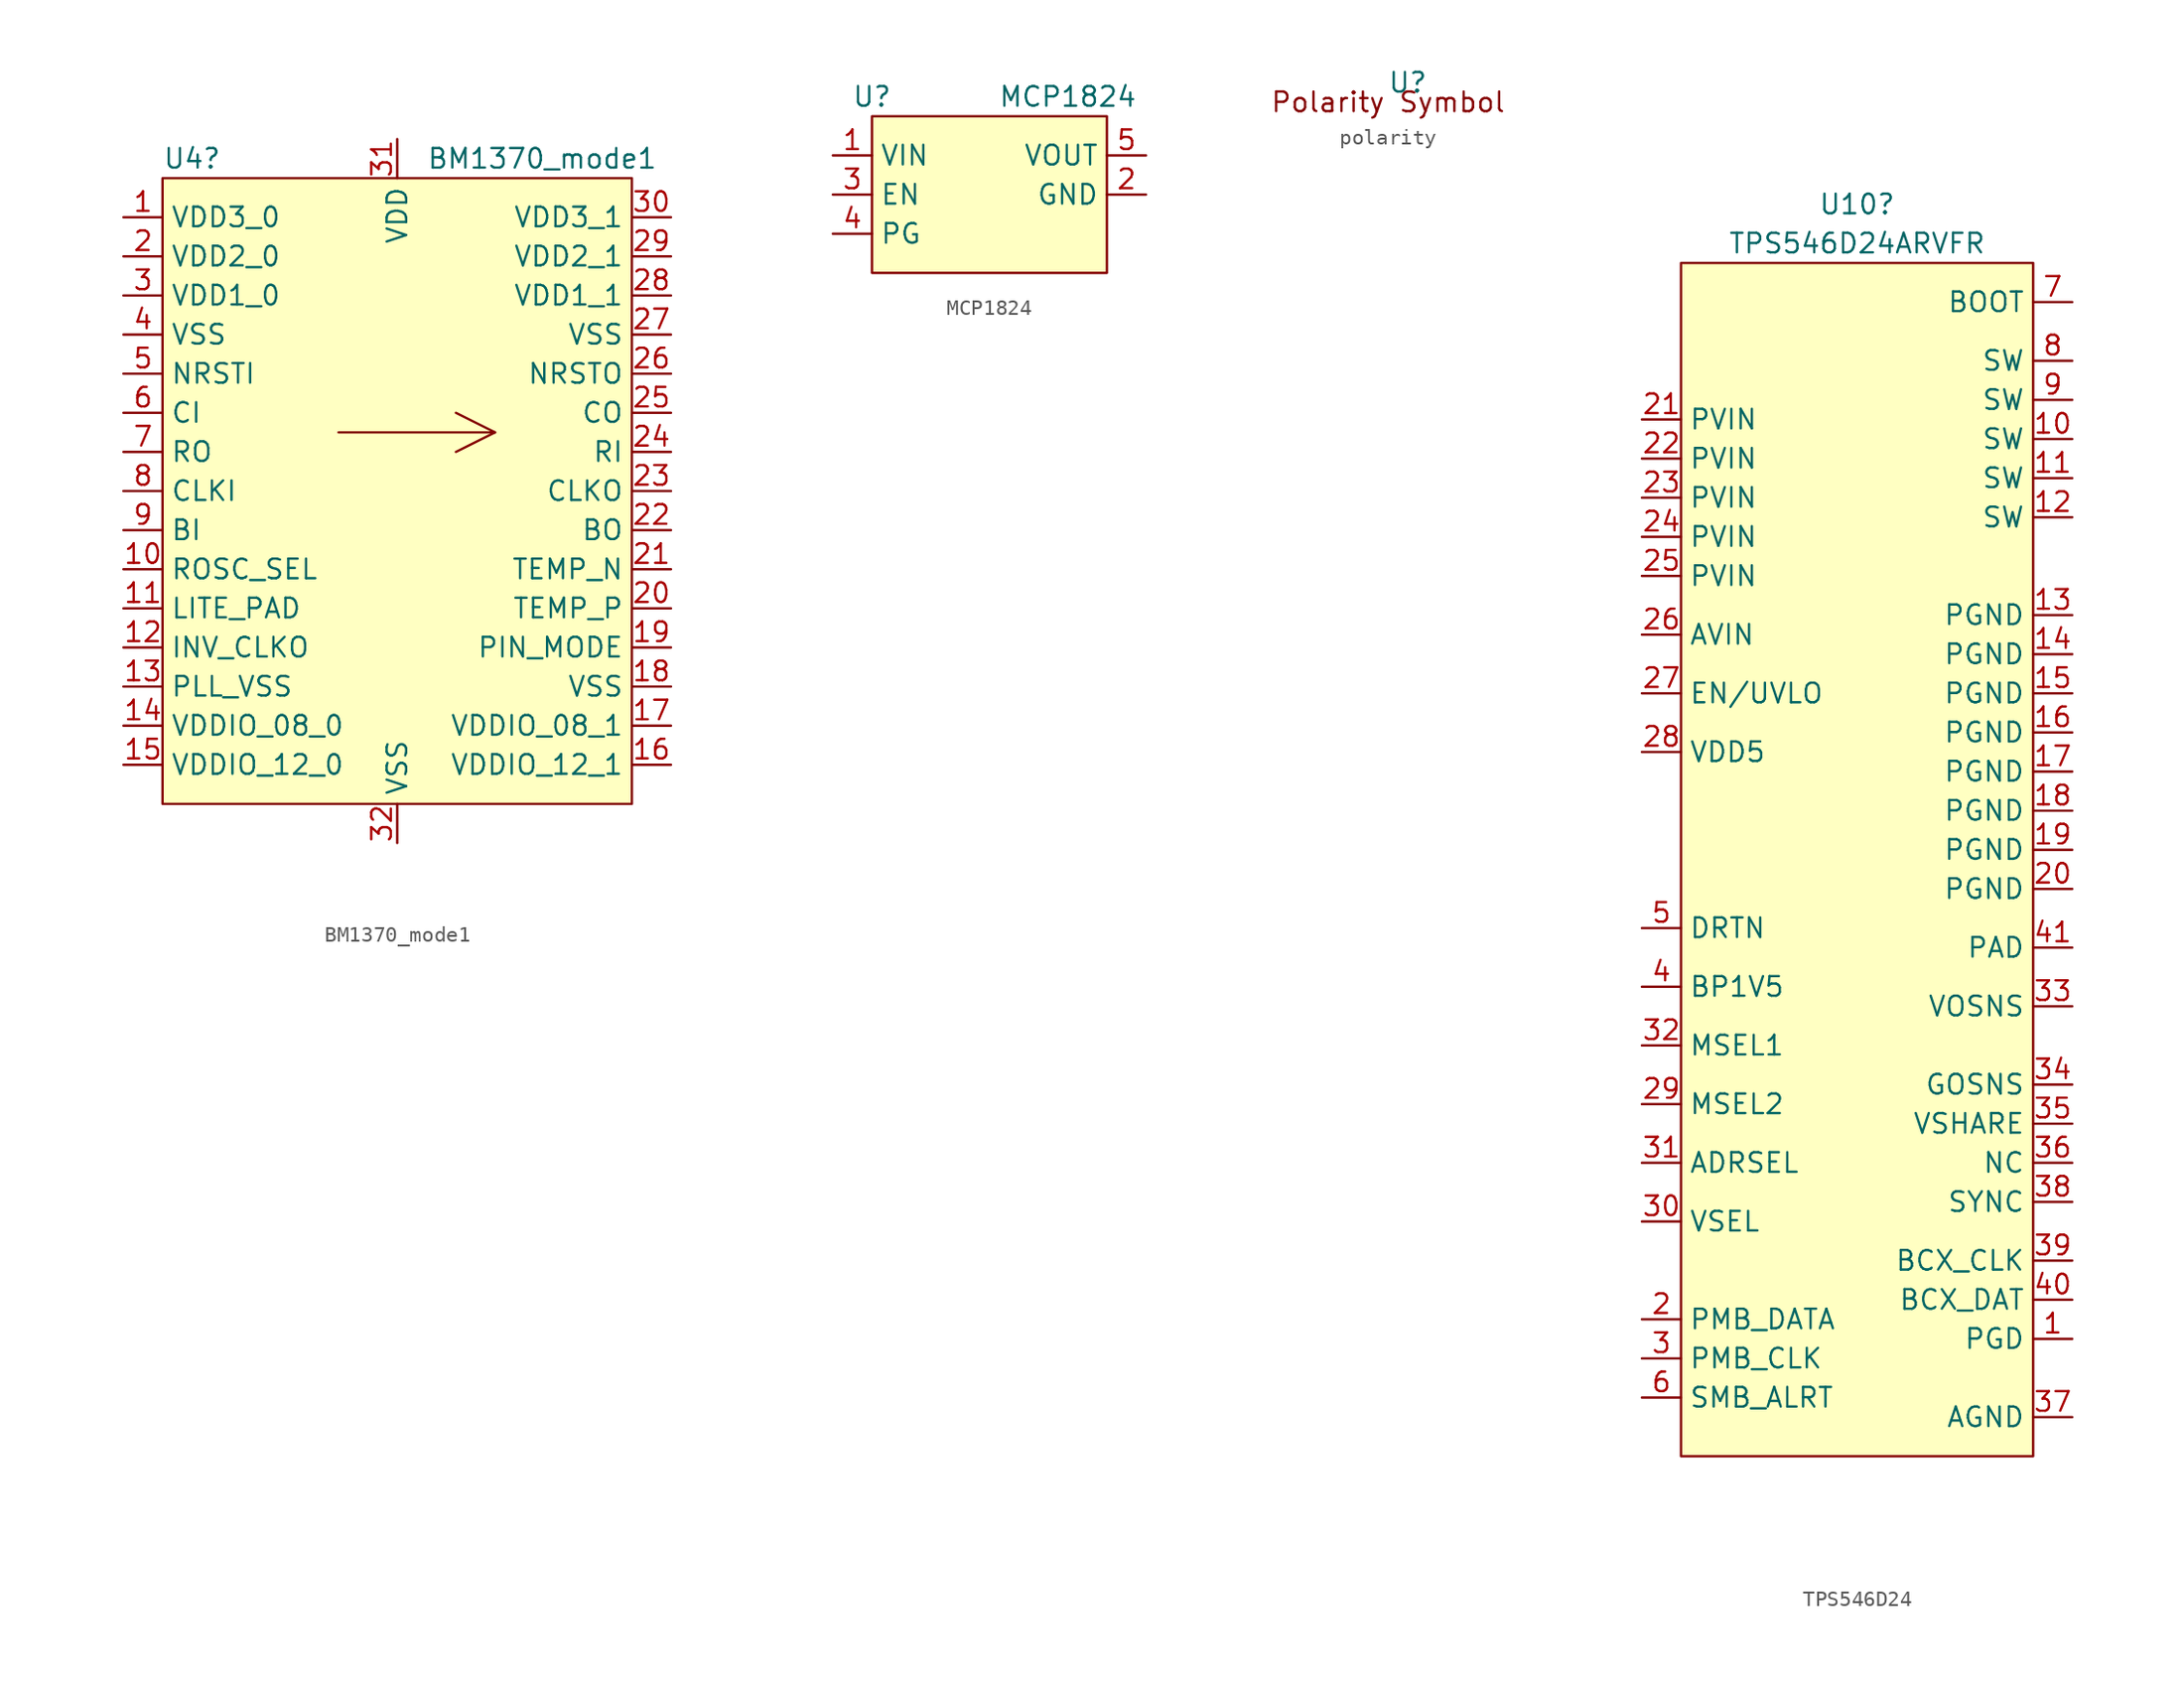
<source format=kicad_sym>
(kicad_symbol_lib
  (version 20231120)
  (generator "kicad_symbol_editor")
  (generator_version "8.0")
  (symbol "BM1370_mode1"
    (property "Reference" "U4"
      (at -15.24 21.59 0)
      (effects (font (size 1.27 1.27)) (justify left)))
    (property "Value" "BM1370_mode1"
      (at 1.905 21.59 0)
      (effects (font (size 1.27 1.27)) (justify left)))
    (symbol "BM1370_mode1_0_1"
      (rectangle (start -15.24 20.32) (end 15.24 -20.32) (stroke (width 0) (type default)) (fill (type background)))
      (polyline (pts (xy -3.81 3.81) (xy 6.35 3.81)) (stroke (width 0) (type default)) (fill (type none)))
      (polyline (pts (xy 3.81 2.54) (xy 6.35 3.81)) (stroke (width 0) (type default)) (fill (type none)))
      (polyline (pts (xy 3.81 5.08) (xy 6.35 3.81)) (stroke (width 0) (type default)) (fill (type none))))
    (symbol "BM1370_mode1_1_1"
      (pin power_in line (at -17.78 17.78 0) (length 2.54) (name "VDD3_0" (effects (font (size 1.27 1.27)))) (number "1" (effects (font (size 1.27 1.27)))))
      (pin unspecified line (at -17.78 -5.08 0) (length 2.54) (name "ROSC_SEL" (effects (font (size 1.27 1.27)))) (number "10" (effects (font (size 1.27 1.27)))))
      (pin unspecified line (at -17.78 -7.62 0) (length 2.54) (name "LITE_PAD" (effects (font (size 1.27 1.27)))) (number "11" (effects (font (size 1.27 1.27)))))
      (pin unspecified line (at -17.78 -10.16 0) (length 2.54) (name "INV_CLKO" (effects (font (size 1.27 1.27)))) (number "12" (effects (font (size 1.27 1.27)))))
      (pin power_in line (at -17.78 -12.7 0) (length 2.54) (name "PLL_VSS" (effects (font (size 1.27 1.27)))) (number "13" (effects (font (size 1.27 1.27)))))
      (pin power_in line (at -17.78 -15.24 0) (length 2.54) (name "VDDIO_08_0" (effects (font (size 1.27 1.27)))) (number "14" (effects (font (size 1.27 1.27)))))
      (pin power_in line (at -17.78 -17.78 0) (length 2.54) (name "VDDIO_12_0" (effects (font (size 1.27 1.27)))) (number "15" (effects (font (size 1.27 1.27)))))
      (pin power_in line (at 17.78 -17.78 180) (length 2.54) (name "VDDIO_12_1" (effects (font (size 1.27 1.27)))) (number "16" (effects (font (size 1.27 1.27)))))
      (pin power_in line (at 17.78 -15.24 180) (length 2.54) (name "VDDIO_08_1" (effects (font (size 1.27 1.27)))) (number "17" (effects (font (size 1.27 1.27)))))
      (pin power_in line (at 17.78 -12.7 180) (length 2.54) (name "VSS" (effects (font (size 1.27 1.27)))) (number "18" (effects (font (size 1.27 1.27)))))
      (pin input line (at 17.78 -10.16 180) (length 2.54) (name "PIN_MODE" (effects (font (size 1.27 1.27)))) (number "19" (effects (font (size 1.27 1.27)))))
      (pin power_in line (at -17.78 15.24 0) (length 2.54) (name "VDD2_0" (effects (font (size 1.27 1.27)))) (number "2" (effects (font (size 1.27 1.27)))))
      (pin unspecified line (at 17.78 -7.62 180) (length 2.54) (name "TEMP_P" (effects (font (size 1.27 1.27)))) (number "20" (effects (font (size 1.27 1.27)))))
      (pin unspecified line (at 17.78 -5.08 180) (length 2.54) (name "TEMP_N" (effects (font (size 1.27 1.27)))) (number "21" (effects (font (size 1.27 1.27)))))
      (pin output line (at 17.78 -2.54 180) (length 2.54) (name "BO" (effects (font (size 1.27 1.27)))) (number "22" (effects (font (size 1.27 1.27)))))
      (pin output line (at 17.78 0 180) (length 2.54) (name "CLKO" (effects (font (size 1.27 1.27)))) (number "23" (effects (font (size 1.27 1.27)))))
      (pin input line (at 17.78 2.54 180) (length 2.54) (name "RI" (effects (font (size 1.27 1.27)))) (number "24" (effects (font (size 1.27 1.27)))))
      (pin output line (at 17.78 5.08 180) (length 2.54) (name "CO" (effects (font (size 1.27 1.27)))) (number "25" (effects (font (size 1.27 1.27)))))
      (pin output line (at 17.78 7.62 180) (length 2.54) (name "NRSTO" (effects (font (size 1.27 1.27)))) (number "26" (effects (font (size 1.27 1.27)))))
      (pin power_in line (at 17.78 10.16 180) (length 2.54) (name "VSS" (effects (font (size 1.27 1.27)))) (number "27" (effects (font (size 1.27 1.27)))))
      (pin power_in line (at 17.78 12.7 180) (length 2.54) (name "VDD1_1" (effects (font (size 1.27 1.27)))) (number "28" (effects (font (size 1.27 1.27)))))
      (pin power_in line (at 17.78 15.24 180) (length 2.54) (name "VDD2_1" (effects (font (size 1.27 1.27)))) (number "29" (effects (font (size 1.27 1.27)))))
      (pin power_in line (at -17.78 12.7 0) (length 2.54) (name "VDD1_0" (effects (font (size 1.27 1.27)))) (number "3" (effects (font (size 1.27 1.27)))))
      (pin power_in line (at 17.78 17.78 180) (length 2.54) (name "VDD3_1" (effects (font (size 1.27 1.27)))) (number "30" (effects (font (size 1.27 1.27)))))
      (pin power_in line (at 0 22.86 270) (length 2.54) (name "VDD" (effects (font (size 1.27 1.27)))) (number "31" (effects (font (size 1.27 1.27)))))
      (pin power_in line (at 0 -22.86 90) (length 2.54) (name "VSS" (effects (font (size 1.27 1.27)))) (number "32" (effects (font (size 1.27 1.27)))))
      (pin power_in line (at -17.78 10.16 0) (length 2.54) (name "VSS" (effects (font (size 1.27 1.27)))) (number "4" (effects (font (size 1.27 1.27)))))
      (pin input line (at -17.78 7.62 0) (length 2.54) (name "NRSTI" (effects (font (size 1.27 1.27)))) (number "5" (effects (font (size 1.27 1.27)))))
      (pin input line (at -17.78 5.08 0) (length 2.54) (name "CI" (effects (font (size 1.27 1.27)))) (number "6" (effects (font (size 1.27 1.27)))))
      (pin output line (at -17.78 2.54 0) (length 2.54) (name "RO" (effects (font (size 1.27 1.27)))) (number "7" (effects (font (size 1.27 1.27)))))
      (pin input line (at -17.78 0 0) (length 2.54) (name "CLKI" (effects (font (size 1.27 1.27)))) (number "8" (effects (font (size 1.27 1.27)))))
      (pin input line (at -17.78 -2.54 0) (length 2.54) (name "BI" (effects (font (size 1.27 1.27)))) (number "9" (effects (font (size 1.27 1.27)))))))
  (symbol "MCP1824"
    (property "Reference" "U"
      (at -7.62 5.08 0)
      (effects (font (size 1.27 1.27))))
    (property "Value" "MCP1824"
      (at 5.08 5.08 0)
      (effects (font (size 1.27 1.27))))
    (symbol "MCP1824_0_1"
      (rectangle (start -7.62 3.81) (end 7.62 -6.35) (stroke (width 0.152) (type default)) (fill (type background))))
    (symbol "MCP1824_1_0"
      (pin bidirectional line (at -10.16 1.27 0) (length 2.54) (name "VIN" (effects (font (size 1.27 1.27)))) (number "1" (effects (font (size 1.27 1.27)))))
      (pin bidirectional line (at 10.16 -1.27 180) (length 2.54) (name "GND" (effects (font (size 1.27 1.27)))) (number "2" (effects (font (size 1.27 1.27)))))
      (pin bidirectional line (at -10.16 -1.27 0) (length 2.54) (name "EN" (effects (font (size 1.27 1.27)))) (number "3" (effects (font (size 1.27 1.27)))))
      (pin bidirectional line (at -10.16 -3.81 0) (length 2.54) (name "PG" (effects (font (size 1.27 1.27)))) (number "4" (effects (font (size 1.27 1.27)))))
      (pin bidirectional line (at 10.16 1.27 180) (length 2.54) (name "VOUT" (effects (font (size 1.27 1.27)))) (number "5" (effects (font (size 1.27 1.27)))))))
  (symbol "polarity"
    (property "Reference" "U"
      (at 0 0 0)
      (effects (font (size 1.27 1.27))))
    (property "Value" ""
      (at 0 0 0)
      (effects (font (size 1.27 1.27))))
    (symbol "polarity_1_1"
      (text "Polarity Symbol" (at -1.27 -1.27 0) (effects (font (size 1.27 1.27))))))
  (symbol "TPS546D24"
    (property "Reference" "U10"
      (at 0 45.72 0)
      (effects (font (size 1.27 1.27))))
    (property "Value" "TPS546D24ARVFR"
      (at 0 43.18 0)
      (effects (font (size 1.27 1.27))))
    (symbol "TPS546D24_0_1"
      (rectangle (start -11.43 41.91) (end 11.43 -35.56) (stroke (width 0.152) (type default)) (fill (type background))))
    (symbol "TPS546D24_1_1"
      (pin input line (at 13.97 -27.94 180) (length 2.54) (name "PGD" (effects (font (size 1.27 1.27)))) (number "1" (effects (font (size 1.27 1.27)))))
      (pin power_in line (at 13.97 30.48 180) (length 2.54) (name "SW" (effects (font (size 1.27 1.27)))) (number "10" (effects (font (size 1.27 1.27)))))
      (pin output line (at 13.97 27.94 180) (length 2.54) (name "SW" (effects (font (size 1.27 1.27)))) (number "11" (effects (font (size 1.27 1.27)))))
      (pin power_out line (at 13.97 25.4 180) (length 2.54) (name "SW" (effects (font (size 1.27 1.27)))) (number "12" (effects (font (size 1.27 1.27)))))
      (pin output line (at 13.97 19.05 180) (length 2.54) (name "PGND" (effects (font (size 1.27 1.27)))) (number "13" (effects (font (size 1.27 1.27)))))
      (pin output line (at 13.97 16.51 180) (length 2.54) (name "PGND" (effects (font (size 1.27 1.27)))) (number "14" (effects (font (size 1.27 1.27)))))
      (pin input line (at 13.97 13.97 180) (length 2.54) (name "PGND" (effects (font (size 1.27 1.27)))) (number "15" (effects (font (size 1.27 1.27)))))
      (pin input line (at 13.97 11.43 180) (length 2.54) (name "PGND" (effects (font (size 1.27 1.27)))) (number "16" (effects (font (size 1.27 1.27)))))
      (pin power_in line (at 13.97 8.89 180) (length 2.54) (name "PGND" (effects (font (size 1.27 1.27)))) (number "17" (effects (font (size 1.27 1.27)))))
      (pin input line (at 13.97 6.35 180) (length 2.54) (name "PGND" (effects (font (size 1.27 1.27)))) (number "18" (effects (font (size 1.27 1.27)))))
      (pin input line (at 13.97 3.81 180) (length 2.54) (name "PGND" (effects (font (size 1.27 1.27)))) (number "19" (effects (font (size 1.27 1.27)))))
      (pin input line (at -13.97 -26.67 0) (length 2.54) (name "PMB_DATA" (effects (font (size 1.27 1.27)))) (number "2" (effects (font (size 1.27 1.27)))))
      (pin power_in line (at 13.97 1.27 180) (length 2.54) (name "PGND" (effects (font (size 1.27 1.27)))) (number "20" (effects (font (size 1.27 1.27)))))
      (pin input line (at -13.97 31.75 0) (length 2.54) (name "PVIN" (effects (font (size 1.27 1.27)))) (number "21" (effects (font (size 1.27 1.27)))))
      (pin input line (at -13.97 29.21 0) (length 2.54) (name "PVIN" (effects (font (size 1.27 1.27)))) (number "22" (effects (font (size 1.27 1.27)))))
      (pin input line (at -13.97 26.67 0) (length 2.54) (name "PVIN" (effects (font (size 1.27 1.27)))) (number "23" (effects (font (size 1.27 1.27)))))
      (pin input line (at -13.97 24.13 0) (length 2.54) (name "PVIN" (effects (font (size 1.27 1.27)))) (number "24" (effects (font (size 1.27 1.27)))))
      (pin input line (at -13.97 21.59 0) (length 2.54) (name "PVIN" (effects (font (size 1.27 1.27)))) (number "25" (effects (font (size 1.27 1.27)))))
      (pin input line (at -13.97 17.78 0) (length 2.54) (name "AVIN" (effects (font (size 1.27 1.27)))) (number "26" (effects (font (size 1.27 1.27)))))
      (pin input line (at -13.97 13.97 0) (length 2.54) (name "EN/UVLO" (effects (font (size 1.27 1.27)))) (number "27" (effects (font (size 1.27 1.27)))))
      (pin output line (at -13.97 10.16 0) (length 2.54) (name "VDD5" (effects (font (size 1.27 1.27)))) (number "28" (effects (font (size 1.27 1.27)))))
      (pin input line (at -13.97 -12.7 0) (length 2.54) (name "MSEL2" (effects (font (size 1.27 1.27)))) (number "29" (effects (font (size 1.27 1.27)))))
      (pin input line (at -13.97 -29.21 0) (length 2.54) (name "PMB_CLK" (effects (font (size 1.27 1.27)))) (number "3" (effects (font (size 1.27 1.27)))))
      (pin input line (at -13.97 -20.32 0) (length 2.54) (name "VSEL" (effects (font (size 1.27 1.27)))) (number "30" (effects (font (size 1.27 1.27)))))
      (pin input line (at -13.97 -16.51 0) (length 2.54) (name "ADRSEL" (effects (font (size 1.27 1.27)))) (number "31" (effects (font (size 1.27 1.27)))))
      (pin input line (at -13.97 -8.89 0) (length 2.54) (name "MSEL1" (effects (font (size 1.27 1.27)))) (number "32" (effects (font (size 1.27 1.27)))))
      (pin output line (at 13.97 -6.35 180) (length 2.54) (name "VOSNS" (effects (font (size 1.27 1.27)))) (number "33" (effects (font (size 1.27 1.27)))))
      (pin output line (at 13.97 -11.43 180) (length 2.54) (name "GOSNS" (effects (font (size 1.27 1.27)))) (number "34" (effects (font (size 1.27 1.27)))))
      (pin input line (at 13.97 -13.97 180) (length 2.54) (name "VSHARE" (effects (font (size 1.27 1.27)))) (number "35" (effects (font (size 1.27 1.27)))))
      (pin input line (at 13.97 -16.51 180) (length 2.54) (name "NC" (effects (font (size 1.27 1.27)))) (number "36" (effects (font (size 1.27 1.27)))))
      (pin power_in line (at 13.97 -33.02 180) (length 2.54) (name "AGND" (effects (font (size 1.27 1.27)))) (number "37" (effects (font (size 1.27 1.27)))))
      (pin input line (at 13.97 -19.05 180) (length 2.54) (name "SYNC" (effects (font (size 1.27 1.27)))) (number "38" (effects (font (size 1.27 1.27)))))
      (pin input line (at 13.97 -22.86 180) (length 2.54) (name "BCX_CLK" (effects (font (size 1.27 1.27)))) (number "39" (effects (font (size 1.27 1.27)))))
      (pin input line (at -13.97 -5.08 0) (length 2.54) (name "BP1V5" (effects (font (size 1.27 1.27)))) (number "4" (effects (font (size 1.27 1.27)))))
      (pin input line (at 13.97 -25.4 180) (length 2.54) (name "BCX_DAT" (effects (font (size 1.27 1.27)))) (number "40" (effects (font (size 1.27 1.27)))))
      (pin power_in line (at 13.97 -2.54 180) (length 2.54) (name "PAD" (effects (font (size 1.27 1.27)))) (number "41" (effects (font (size 1.27 1.27)))))
      (pin input line (at -13.97 -1.27 0) (length 2.54) (name "DRTN" (effects (font (size 1.27 1.27)))) (number "5" (effects (font (size 1.27 1.27)))))
      (pin input line (at -13.97 -31.75 0) (length 2.54) (name "SMB_ALRT" (effects (font (size 1.27 1.27)))) (number "6" (effects (font (size 1.27 1.27)))))
      (pin input line (at 13.97 39.37 180) (length 2.54) (name "BOOT" (effects (font (size 1.27 1.27)))) (number "7" (effects (font (size 1.27 1.27)))))
      (pin output line (at 13.97 35.56 180) (length 2.54) (name "SW" (effects (font (size 1.27 1.27)))) (number "8" (effects (font (size 1.27 1.27)))))
      (pin power_in line (at 13.97 33.02 180) (length 2.54) (name "SW" (effects (font (size 1.27 1.27)))) (number "9" (effects (font (size 1.27 1.27))))))))
</source>
